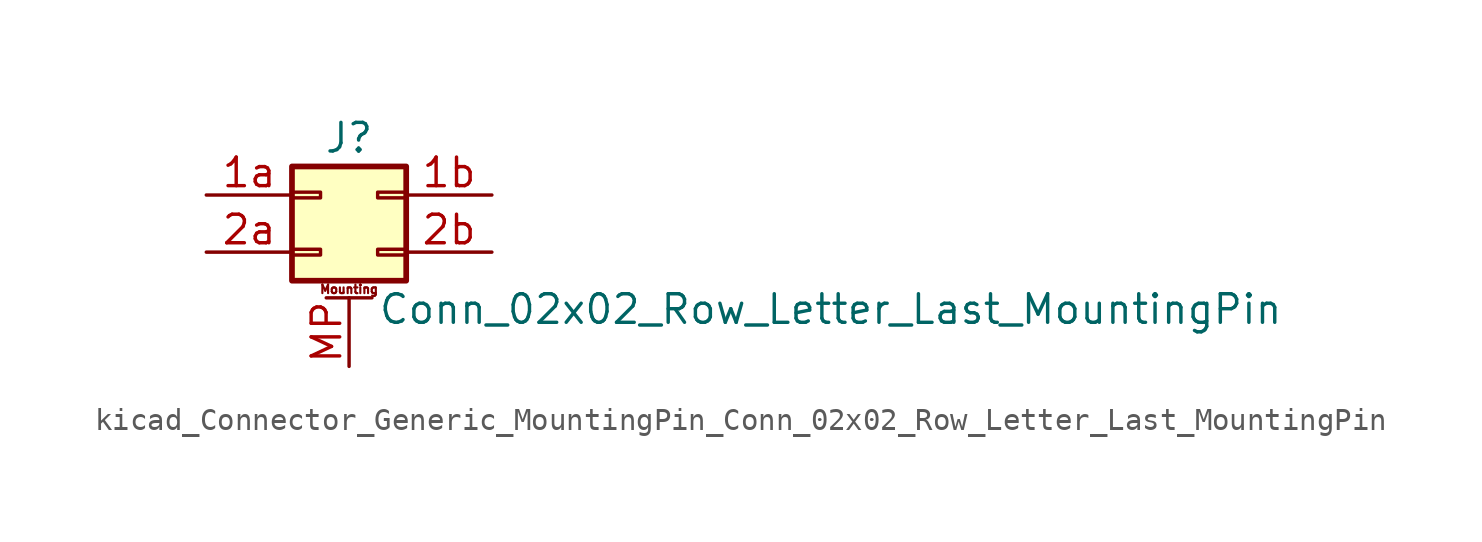
<source format=kicad_sym>
(kicad_symbol_lib
  (version 20220914)
  (generator kicad_symbol_editor)
  (symbol "kicad_Connector_Generic_MountingPin_Conn_02x02_Row_Letter_Last_MountingPin"
    (pin_names
      (offset 1.016) hide)
    (property "Reference" "J"
      (at 1.27 2.54 0)
      (effects (font (size 1.27 1.27))))
    (property "Value" "Conn_02x02_Row_Letter_Last_MountingPin"
      (at 2.54 -5.08 0)
      (effects (font (size 1.27 1.27)) (justify left)))
    (symbol "kicad_Connector_Generic_MountingPin_Conn_02x02_Row_Letter_Last_MountingPin_1_1"
      (rectangle (start -1.27 -2.413) (end 0 -2.667) (stroke (width 0.152) (type default)) (fill (type none)))
      (rectangle (start -1.27 0.127) (end 0 -0.127) (stroke (width 0.152) (type default)) (fill (type none)))
      (rectangle (start -1.27 1.27) (end 3.81 -3.81) (stroke (width 0.254) (type default)) (fill (type background)))
      (polyline (pts (xy 0.254 -4.572) (xy 2.286 -4.572)) (stroke (width 0.152) (type default)) (fill (type none)))
      (rectangle (start 3.81 -2.413) (end 2.54 -2.667) (stroke (width 0.152) (type default)) (fill (type none)))
      (rectangle (start 3.81 0.127) (end 2.54 -0.127) (stroke (width 0.152) (type default)) (fill (type none)))
      (text "Mounting" (at 1.27 -4.191 0) (effects (font (size 0.381 0.381))))
      (pin passive line (at -5.08 0 0) (length 3.81) (name "Pin_1a" (effects (font (size 1.27 1.27)))) (number "1a" (effects (font (size 1.27 1.27)))))
      (pin passive line (at 7.62 0 180) (length 3.81) (name "Pin_1b" (effects (font (size 1.27 1.27)))) (number "1b" (effects (font (size 1.27 1.27)))))
      (pin passive line (at -5.08 -2.54 0) (length 3.81) (name "Pin_2a" (effects (font (size 1.27 1.27)))) (number "2a" (effects (font (size 1.27 1.27)))))
      (pin passive line (at 7.62 -2.54 180) (length 3.81) (name "Pin_2b" (effects (font (size 1.27 1.27)))) (number "2b" (effects (font (size 1.27 1.27)))))
      (pin passive line (at 1.27 -7.62 90) (length 3.048) (name "MountPin" (effects (font (size 1.27 1.27)))) (number "MP" (effects (font (size 1.27 1.27))))))))
</source>
